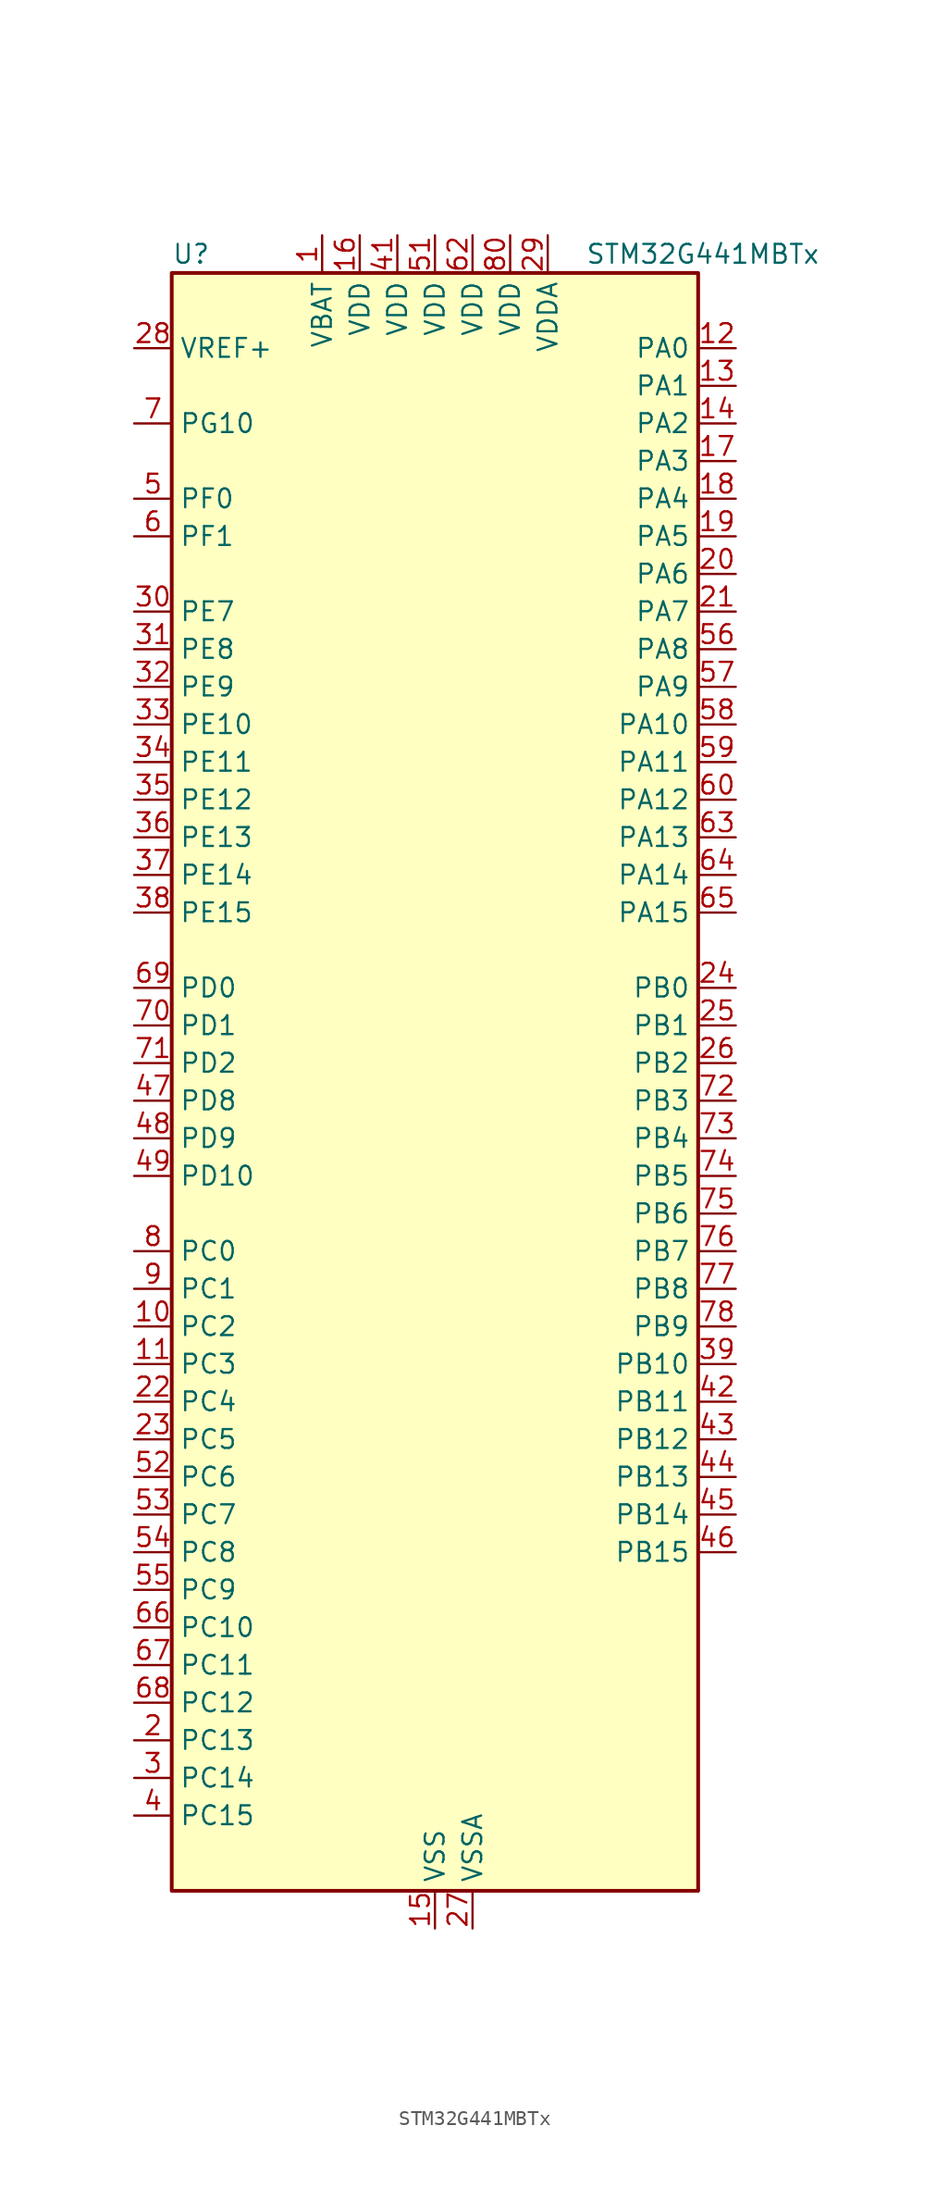
<source format=kicad_sym>
(kicad_symbol_lib
  (version 20241209)
  (generator "kicad_symbol_editor")
  (generator_version "9.0")
  (symbol "STM32G441MBTx"
    (property "Reference" "U"
      (at -17.78 57.15 0)
      (effects (font (size 1.27 1.27)) (justify left)))
    (property "Value" "STM32G441MBTx"
      (at 10.16 57.15 0)
      (effects (font (size 1.27 1.27)) (justify left)))
    (symbol "STM32G441MBTx_0_1"
      (rectangle (start -17.78 -53.34) (end 17.78 55.88) (stroke (width 0.254) (type default)) (fill (type background))))
    (symbol "STM32G441MBTx_1_1"
      (pin input line (at -20.32 50.8 0) (length 2.54) (name "VREF+" (effects (font (size 1.27 1.27)))) (number "28" (effects (font (size 1.27 1.27)))) (alternate "VREFBUF_OUT" bidirectional line))
      (pin bidirectional line (at -20.32 45.72 0) (length 2.54) (name "PG10" (effects (font (size 1.27 1.27)))) (number "7" (effects (font (size 1.27 1.27)))) (alternate "DAC1_EXTI10" bidirectional line) (alternate "DAC3_EXTI10" bidirectional line) (alternate "RCC_MCO" bidirectional line))
      (pin bidirectional line (at -20.32 40.64 0) (length 2.54) (name "PF0" (effects (font (size 1.27 1.27)))) (number "5" (effects (font (size 1.27 1.27)))) (alternate "ADC1_IN10" bidirectional line) (alternate "I2C2_SDA" bidirectional line) (alternate "I2S2_WS" bidirectional line) (alternate "RCC_OSC_IN" bidirectional line) (alternate "SPI2_NSS" bidirectional line) (alternate "TIM1_CH3N" bidirectional line))
      (pin bidirectional line (at -20.32 38.1 0) (length 2.54) (name "PF1" (effects (font (size 1.27 1.27)))) (number "6" (effects (font (size 1.27 1.27)))) (alternate "ADC2_IN10" bidirectional line) (alternate "COMP3_INM" bidirectional line) (alternate "I2S2_CK" bidirectional line) (alternate "RCC_OSC_OUT" bidirectional line) (alternate "SPI2_SCK" bidirectional line))
      (pin bidirectional line (at -20.32 33.02 0) (length 2.54) (name "PE7" (effects (font (size 1.27 1.27)))) (number "30" (effects (font (size 1.27 1.27)))) (alternate "COMP4_INP" bidirectional line) (alternate "SAI1_SD_B" bidirectional line) (alternate "TIM1_ETR" bidirectional line))
      (pin bidirectional line (at -20.32 30.48 0) (length 2.54) (name "PE8" (effects (font (size 1.27 1.27)))) (number "31" (effects (font (size 1.27 1.27)))) (alternate "COMP4_INM" bidirectional line) (alternate "SAI1_SCK_B" bidirectional line) (alternate "TIM1_CH1N" bidirectional line))
      (pin bidirectional line (at -20.32 27.94 0) (length 2.54) (name "PE9" (effects (font (size 1.27 1.27)))) (number "32" (effects (font (size 1.27 1.27)))) (alternate "DAC1_EXTI9" bidirectional line) (alternate "DAC3_EXTI9" bidirectional line) (alternate "SAI1_FS_B" bidirectional line) (alternate "TIM1_CH1" bidirectional line))
      (pin bidirectional line (at -20.32 25.4 0) (length 2.54) (name "PE10" (effects (font (size 1.27 1.27)))) (number "33" (effects (font (size 1.27 1.27)))) (alternate "DAC1_EXTI10" bidirectional line) (alternate "DAC3_EXTI10" bidirectional line) (alternate "SAI1_MCLK_B" bidirectional line) (alternate "TIM1_CH2N" bidirectional line))
      (pin bidirectional line (at -20.32 22.86 0) (length 2.54) (name "PE11" (effects (font (size 1.27 1.27)))) (number "34" (effects (font (size 1.27 1.27)))) (alternate "ADC1_EXTI11" bidirectional line) (alternate "ADC2_EXTI11" bidirectional line) (alternate "TIM1_CH2" bidirectional line))
      (pin bidirectional line (at -20.32 20.32 0) (length 2.54) (name "PE12" (effects (font (size 1.27 1.27)))) (number "35" (effects (font (size 1.27 1.27)))) (alternate "TIM1_CH3N" bidirectional line))
      (pin bidirectional line (at -20.32 17.78 0) (length 2.54) (name "PE13" (effects (font (size 1.27 1.27)))) (number "36" (effects (font (size 1.27 1.27)))) (alternate "TIM1_CH3" bidirectional line))
      (pin bidirectional line (at -20.32 15.24 0) (length 2.54) (name "PE14" (effects (font (size 1.27 1.27)))) (number "37" (effects (font (size 1.27 1.27)))) (alternate "TIM1_BKIN2" bidirectional line) (alternate "TIM1_CH4" bidirectional line))
      (pin bidirectional line (at -20.32 12.7 0) (length 2.54) (name "PE15" (effects (font (size 1.27 1.27)))) (number "38" (effects (font (size 1.27 1.27)))) (alternate "ADC1_EXTI15" bidirectional line) (alternate "ADC2_EXTI15" bidirectional line) (alternate "TIM1_BKIN" bidirectional line) (alternate "TIM1_CH4N" bidirectional line) (alternate "USART3_RX" bidirectional line))
      (pin bidirectional line (at -20.32 7.62 0) (length 2.54) (name "PD0" (effects (font (size 1.27 1.27)))) (number "69" (effects (font (size 1.27 1.27)))) (alternate "FDCAN1_RX" bidirectional line) (alternate "TIM8_CH4N" bidirectional line))
      (pin bidirectional line (at -20.32 5.08 0) (length 2.54) (name "PD1" (effects (font (size 1.27 1.27)))) (number "70" (effects (font (size 1.27 1.27)))) (alternate "FDCAN1_TX" bidirectional line) (alternate "TIM8_BKIN2" bidirectional line) (alternate "TIM8_CH4" bidirectional line))
      (pin bidirectional line (at -20.32 2.54 0) (length 2.54) (name "PD2" (effects (font (size 1.27 1.27)))) (number "71" (effects (font (size 1.27 1.27)))) (alternate "TIM3_ETR" bidirectional line) (alternate "TIM8_BKIN" bidirectional line))
      (pin bidirectional line (at -20.32 0 0) (length 2.54) (name "PD8" (effects (font (size 1.27 1.27)))) (number "47" (effects (font (size 1.27 1.27)))) (alternate "USART3_TX" bidirectional line))
      (pin bidirectional line (at -20.32 -2.54 0) (length 2.54) (name "PD9" (effects (font (size 1.27 1.27)))) (number "48" (effects (font (size 1.27 1.27)))) (alternate "DAC1_EXTI9" bidirectional line) (alternate "DAC3_EXTI9" bidirectional line) (alternate "USART3_RX" bidirectional line))
      (pin bidirectional line (at -20.32 -5.08 0) (length 2.54) (name "PD10" (effects (font (size 1.27 1.27)))) (number "49" (effects (font (size 1.27 1.27)))) (alternate "DAC1_EXTI10" bidirectional line) (alternate "DAC3_EXTI10" bidirectional line) (alternate "USART3_CK" bidirectional line))
      (pin bidirectional line (at -20.32 -10.16 0) (length 2.54) (name "PC0" (effects (font (size 1.27 1.27)))) (number "8" (effects (font (size 1.27 1.27)))) (alternate "ADC1_IN6" bidirectional line) (alternate "ADC2_IN6" bidirectional line) (alternate "COMP3_INM" bidirectional line) (alternate "LPTIM1_IN1" bidirectional line) (alternate "LPUART1_RX" bidirectional line) (alternate "TIM1_CH1" bidirectional line))
      (pin bidirectional line (at -20.32 -12.7 0) (length 2.54) (name "PC1" (effects (font (size 1.27 1.27)))) (number "9" (effects (font (size 1.27 1.27)))) (alternate "ADC1_IN7" bidirectional line) (alternate "ADC2_IN7" bidirectional line) (alternate "COMP3_INP" bidirectional line) (alternate "LPTIM1_OUT" bidirectional line) (alternate "LPUART1_TX" bidirectional line) (alternate "SAI1_SD_A" bidirectional line) (alternate "TIM1_CH2" bidirectional line))
      (pin bidirectional line (at -20.32 -15.24 0) (length 2.54) (name "PC2" (effects (font (size 1.27 1.27)))) (number "10" (effects (font (size 1.27 1.27)))) (alternate "ADC1_IN8" bidirectional line) (alternate "ADC2_IN8" bidirectional line) (alternate "COMP3_OUT" bidirectional line) (alternate "LPTIM1_IN2" bidirectional line) (alternate "TIM1_CH3" bidirectional line))
      (pin bidirectional line (at -20.32 -17.78 0) (length 2.54) (name "PC3" (effects (font (size 1.27 1.27)))) (number "11" (effects (font (size 1.27 1.27)))) (alternate "ADC1_IN9" bidirectional line) (alternate "ADC2_IN9" bidirectional line) (alternate "LPTIM1_ETR" bidirectional line) (alternate "SAI1_D1" bidirectional line) (alternate "SAI1_SD_A" bidirectional line) (alternate "TIM1_BKIN2" bidirectional line) (alternate "TIM1_CH4" bidirectional line))
      (pin bidirectional line (at -20.32 -20.32 0) (length 2.54) (name "PC4" (effects (font (size 1.27 1.27)))) (number "22" (effects (font (size 1.27 1.27)))) (alternate "ADC2_IN5" bidirectional line) (alternate "I2C2_SCL" bidirectional line) (alternate "TIM1_ETR" bidirectional line) (alternate "USART1_TX" bidirectional line))
      (pin bidirectional line (at -20.32 -22.86 0) (length 2.54) (name "PC5" (effects (font (size 1.27 1.27)))) (number "23" (effects (font (size 1.27 1.27)))) (alternate "ADC2_IN11" bidirectional line) (alternate "OPAMP1_VINM" bidirectional line) (alternate "OPAMP1_VINM1" bidirectional line) (alternate "OPAMP1_VINM_SEC" bidirectional line) (alternate "OPAMP2_VINM" bidirectional line) (alternate "OPAMP2_VINM1" bidirectional line) (alternate "OPAMP2_VINM_SEC" bidirectional line) (alternate "SAI1_D3" bidirectional line) (alternate "SYS_WKUP5" bidirectional line) (alternate "TIM15_BKIN" bidirectional line) (alternate "TIM1_CH4N" bidirectional line) (alternate "USART1_RX" bidirectional line))
      (pin bidirectional line (at -20.32 -25.4 0) (length 2.54) (name "PC6" (effects (font (size 1.27 1.27)))) (number "52" (effects (font (size 1.27 1.27)))) (alternate "I2S2_MCK" bidirectional line) (alternate "TIM3_CH1" bidirectional line) (alternate "TIM8_CH1" bidirectional line))
      (pin bidirectional line (at -20.32 -27.94 0) (length 2.54) (name "PC7" (effects (font (size 1.27 1.27)))) (number "53" (effects (font (size 1.27 1.27)))) (alternate "I2S3_MCK" bidirectional line) (alternate "TIM3_CH2" bidirectional line) (alternate "TIM8_CH2" bidirectional line))
      (pin bidirectional line (at -20.32 -30.48 0) (length 2.54) (name "PC8" (effects (font (size 1.27 1.27)))) (number "54" (effects (font (size 1.27 1.27)))) (alternate "I2C3_SCL" bidirectional line) (alternate "TIM3_CH3" bidirectional line) (alternate "TIM8_CH3" bidirectional line))
      (pin bidirectional line (at -20.32 -33.02 0) (length 2.54) (name "PC9" (effects (font (size 1.27 1.27)))) (number "55" (effects (font (size 1.27 1.27)))) (alternate "DAC1_EXTI9" bidirectional line) (alternate "DAC3_EXTI9" bidirectional line) (alternate "I2C3_SDA" bidirectional line) (alternate "I2S_CKIN" bidirectional line) (alternate "TIM3_CH4" bidirectional line) (alternate "TIM8_BKIN2" bidirectional line) (alternate "TIM8_CH4" bidirectional line))
      (pin bidirectional line (at -20.32 -35.56 0) (length 2.54) (name "PC10" (effects (font (size 1.27 1.27)))) (number "66" (effects (font (size 1.27 1.27)))) (alternate "DAC1_EXTI10" bidirectional line) (alternate "DAC3_EXTI10" bidirectional line) (alternate "I2S3_CK" bidirectional line) (alternate "SPI3_SCK" bidirectional line) (alternate "TIM8_CH1N" bidirectional line) (alternate "UART4_TX" bidirectional line) (alternate "USART3_TX" bidirectional line))
      (pin bidirectional line (at -20.32 -38.1 0) (length 2.54) (name "PC11" (effects (font (size 1.27 1.27)))) (number "67" (effects (font (size 1.27 1.27)))) (alternate "ADC1_EXTI11" bidirectional line) (alternate "ADC2_EXTI11" bidirectional line) (alternate "I2C3_SDA" bidirectional line) (alternate "SPI3_MISO" bidirectional line) (alternate "TIM8_CH2N" bidirectional line) (alternate "UART4_RX" bidirectional line) (alternate "USART3_RX" bidirectional line))
      (pin bidirectional line (at -20.32 -40.64 0) (length 2.54) (name "PC12" (effects (font (size 1.27 1.27)))) (number "68" (effects (font (size 1.27 1.27)))) (alternate "I2S3_SD" bidirectional line) (alternate "SPI3_MOSI" bidirectional line) (alternate "TIM8_CH3N" bidirectional line) (alternate "UCPD1_FRSTX1" bidirectional line) (alternate "UCPD1_FRSTX2" bidirectional line) (alternate "USART3_CK" bidirectional line))
      (pin bidirectional line (at -20.32 -43.18 0) (length 2.54) (name "PC13" (effects (font (size 1.27 1.27)))) (number "2" (effects (font (size 1.27 1.27)))) (alternate "RTC_OUT1" bidirectional line) (alternate "RTC_TAMP1" bidirectional line) (alternate "RTC_TS" bidirectional line) (alternate "SYS_WKUP2" bidirectional line) (alternate "TIM1_BKIN" bidirectional line) (alternate "TIM1_CH1N" bidirectional line) (alternate "TIM8_CH4N" bidirectional line))
      (pin bidirectional line (at -20.32 -45.72 0) (length 2.54) (name "PC14" (effects (font (size 1.27 1.27)))) (number "3" (effects (font (size 1.27 1.27)))) (alternate "RCC_OSC32_IN" bidirectional line))
      (pin bidirectional line (at -20.32 -48.26 0) (length 2.54) (name "PC15" (effects (font (size 1.27 1.27)))) (number "4" (effects (font (size 1.27 1.27)))) (alternate "ADC1_EXTI15" bidirectional line) (alternate "ADC2_EXTI15" bidirectional line) (alternate "RCC_OSC32_OUT" bidirectional line))
      (pin power_in line (at -7.62 58.42 270) (length 2.54) (name "VBAT" (effects (font (size 1.27 1.27)))) (number "1" (effects (font (size 1.27 1.27)))))
      (pin power_in line (at -5.08 58.42 270) (length 2.54) (name "VDD" (effects (font (size 1.27 1.27)))) (number "16" (effects (font (size 1.27 1.27)))))
      (pin power_in line (at -2.54 58.42 270) (length 2.54) (name "VDD" (effects (font (size 1.27 1.27)))) (number "41" (effects (font (size 1.27 1.27)))))
      (pin power_in line (at 0 58.42 270) (length 2.54) (name "VDD" (effects (font (size 1.27 1.27)))) (number "51" (effects (font (size 1.27 1.27)))))
      (pin power_in line (at 0 -55.88 90) (length 2.54) (name "VSS" (effects (font (size 1.27 1.27)))) (number "15" (effects (font (size 1.27 1.27)))))
      (pin passive line (at 0 -55.88 90) (length 2.54) (hide yes) (name "VSS" (effects (font (size 1.27 1.27)))) (number "40" (effects (font (size 1.27 1.27)))))
      (pin passive line (at 0 -55.88 90) (length 2.54) (hide yes) (name "VSS" (effects (font (size 1.27 1.27)))) (number "50" (effects (font (size 1.27 1.27)))))
      (pin passive line (at 0 -55.88 90) (length 2.54) (hide yes) (name "VSS" (effects (font (size 1.27 1.27)))) (number "61" (effects (font (size 1.27 1.27)))))
      (pin passive line (at 0 -55.88 90) (length 2.54) (hide yes) (name "VSS" (effects (font (size 1.27 1.27)))) (number "79" (effects (font (size 1.27 1.27)))))
      (pin power_in line (at 2.54 58.42 270) (length 2.54) (name "VDD" (effects (font (size 1.27 1.27)))) (number "62" (effects (font (size 1.27 1.27)))))
      (pin power_in line (at 2.54 -55.88 90) (length 2.54) (name "VSSA" (effects (font (size 1.27 1.27)))) (number "27" (effects (font (size 1.27 1.27)))))
      (pin power_in line (at 5.08 58.42 270) (length 2.54) (name "VDD" (effects (font (size 1.27 1.27)))) (number "80" (effects (font (size 1.27 1.27)))))
      (pin power_in line (at 7.62 58.42 270) (length 2.54) (name "VDDA" (effects (font (size 1.27 1.27)))) (number "29" (effects (font (size 1.27 1.27)))))
      (pin bidirectional line (at 20.32 50.8 180) (length 2.54) (name "PA0" (effects (font (size 1.27 1.27)))) (number "12" (effects (font (size 1.27 1.27)))) (alternate "ADC1_IN1" bidirectional line) (alternate "ADC2_IN1" bidirectional line) (alternate "COMP1_INM" bidirectional line) (alternate "COMP1_OUT" bidirectional line) (alternate "COMP3_INP" bidirectional line) (alternate "RTC_TAMP2" bidirectional line) (alternate "SYS_WKUP1" bidirectional line) (alternate "TIM2_CH1" bidirectional line) (alternate "TIM2_ETR" bidirectional line) (alternate "TIM8_BKIN" bidirectional line) (alternate "TIM8_ETR" bidirectional line) (alternate "USART2_CTS" bidirectional line) (alternate "USART2_NSS" bidirectional line))
      (pin bidirectional line (at 20.32 48.26 180) (length 2.54) (name "PA1" (effects (font (size 1.27 1.27)))) (number "13" (effects (font (size 1.27 1.27)))) (alternate "ADC1_IN2" bidirectional line) (alternate "ADC2_IN2" bidirectional line) (alternate "COMP1_INP" bidirectional line) (alternate "OPAMP1_VINP" bidirectional line) (alternate "OPAMP1_VINP_SEC" bidirectional line) (alternate "OPAMP3_VINP" bidirectional line) (alternate "OPAMP3_VINP_SEC" bidirectional line) (alternate "RTC_REFIN" bidirectional line) (alternate "TIM15_CH1N" bidirectional line) (alternate "TIM2_CH2" bidirectional line) (alternate "USART2_DE" bidirectional line) (alternate "USART2_RTS" bidirectional line))
      (pin bidirectional line (at 20.32 45.72 180) (length 2.54) (name "PA2" (effects (font (size 1.27 1.27)))) (number "14" (effects (font (size 1.27 1.27)))) (alternate "ADC1_IN3" bidirectional line) (alternate "COMP2_INM" bidirectional line) (alternate "COMP2_OUT" bidirectional line) (alternate "LPUART1_TX" bidirectional line) (alternate "OPAMP1_VOUT" bidirectional line) (alternate "RCC_LSCO" bidirectional line) (alternate "SYS_WKUP4" bidirectional line) (alternate "TIM15_CH1" bidirectional line) (alternate "TIM2_CH3" bidirectional line) (alternate "UCPD1_FRSTX1" bidirectional line) (alternate "UCPD1_FRSTX2" bidirectional line) (alternate "USART2_TX" bidirectional line))
      (pin bidirectional line (at 20.32 43.18 180) (length 2.54) (name "PA3" (effects (font (size 1.27 1.27)))) (number "17" (effects (font (size 1.27 1.27)))) (alternate "ADC1_IN4" bidirectional line) (alternate "COMP2_INP" bidirectional line) (alternate "LPUART1_RX" bidirectional line) (alternate "OPAMP1_VINM" bidirectional line) (alternate "OPAMP1_VINM0" bidirectional line) (alternate "OPAMP1_VINM_SEC" bidirectional line) (alternate "OPAMP1_VINP" bidirectional line) (alternate "OPAMP1_VINP_SEC" bidirectional line) (alternate "SAI1_CK1" bidirectional line) (alternate "SAI1_MCLK_A" bidirectional line) (alternate "TIM15_CH2" bidirectional line) (alternate "TIM2_CH4" bidirectional line) (alternate "USART2_RX" bidirectional line))
      (pin bidirectional line (at 20.32 40.64 180) (length 2.54) (name "PA4" (effects (font (size 1.27 1.27)))) (number "18" (effects (font (size 1.27 1.27)))) (alternate "ADC2_IN17" bidirectional line) (alternate "COMP1_INM" bidirectional line) (alternate "DAC1_OUT1" bidirectional line) (alternate "I2S3_WS" bidirectional line) (alternate "SAI1_FS_B" bidirectional line) (alternate "SPI1_NSS" bidirectional line) (alternate "SPI3_NSS" bidirectional line) (alternate "TIM3_CH2" bidirectional line) (alternate "USART2_CK" bidirectional line))
      (pin bidirectional line (at 20.32 38.1 180) (length 2.54) (name "PA5" (effects (font (size 1.27 1.27)))) (number "19" (effects (font (size 1.27 1.27)))) (alternate "ADC2_IN13" bidirectional line) (alternate "COMP2_INM" bidirectional line) (alternate "DAC1_OUT2" bidirectional line) (alternate "OPAMP2_VINM" bidirectional line) (alternate "OPAMP2_VINM0" bidirectional line) (alternate "OPAMP2_VINM_SEC" bidirectional line) (alternate "SPI1_SCK" bidirectional line) (alternate "TIM2_CH1" bidirectional line) (alternate "TIM2_ETR" bidirectional line) (alternate "UCPD1_FRSTX1" bidirectional line) (alternate "UCPD1_FRSTX2" bidirectional line))
      (pin bidirectional line (at 20.32 35.56 180) (length 2.54) (name "PA6" (effects (font (size 1.27 1.27)))) (number "20" (effects (font (size 1.27 1.27)))) (alternate "ADC2_IN3" bidirectional line) (alternate "COMP1_OUT" bidirectional line) (alternate "LPUART1_CTS" bidirectional line) (alternate "OPAMP2_VOUT" bidirectional line) (alternate "SPI1_MISO" bidirectional line) (alternate "TIM16_CH1" bidirectional line) (alternate "TIM1_BKIN" bidirectional line) (alternate "TIM3_CH1" bidirectional line) (alternate "TIM8_BKIN" bidirectional line))
      (pin bidirectional line (at 20.32 33.02 180) (length 2.54) (name "PA7" (effects (font (size 1.27 1.27)))) (number "21" (effects (font (size 1.27 1.27)))) (alternate "ADC2_IN4" bidirectional line) (alternate "COMP2_INP" bidirectional line) (alternate "COMP2_OUT" bidirectional line) (alternate "OPAMP1_VINP" bidirectional line) (alternate "OPAMP1_VINP_SEC" bidirectional line) (alternate "OPAMP2_VINP" bidirectional line) (alternate "OPAMP2_VINP_SEC" bidirectional line) (alternate "SPI1_MOSI" bidirectional line) (alternate "TIM17_CH1" bidirectional line) (alternate "TIM1_CH1N" bidirectional line) (alternate "TIM3_CH2" bidirectional line) (alternate "TIM8_CH1N" bidirectional line) (alternate "UCPD1_FRSTX1" bidirectional line) (alternate "UCPD1_FRSTX2" bidirectional line))
      (pin bidirectional line (at 20.32 30.48 180) (length 2.54) (name "PA8" (effects (font (size 1.27 1.27)))) (number "56" (effects (font (size 1.27 1.27)))) (alternate "I2C2_SDA" bidirectional line) (alternate "I2C3_SCL" bidirectional line) (alternate "I2S2_MCK" bidirectional line) (alternate "RCC_MCO" bidirectional line) (alternate "SAI1_CK2" bidirectional line) (alternate "SAI1_SCK_A" bidirectional line) (alternate "TIM1_CH1" bidirectional line) (alternate "TIM4_ETR" bidirectional line) (alternate "USART1_CK" bidirectional line))
      (pin bidirectional line (at 20.32 27.94 180) (length 2.54) (name "PA9" (effects (font (size 1.27 1.27)))) (number "57" (effects (font (size 1.27 1.27)))) (alternate "DAC1_EXTI9" bidirectional line) (alternate "DAC3_EXTI9" bidirectional line) (alternate "I2C2_SCL" bidirectional line) (alternate "I2C3_SMBA" bidirectional line) (alternate "I2S3_MCK" bidirectional line) (alternate "SAI1_FS_A" bidirectional line) (alternate "TIM15_BKIN" bidirectional line) (alternate "TIM1_CH2" bidirectional line) (alternate "TIM2_CH3" bidirectional line) (alternate "UCPD1_DBCC1" bidirectional line) (alternate "USART1_TX" bidirectional line))
      (pin bidirectional line (at 20.32 25.4 180) (length 2.54) (name "PA10" (effects (font (size 1.27 1.27)))) (number "58" (effects (font (size 1.27 1.27)))) (alternate "CRS_SYNC" bidirectional line) (alternate "DAC1_EXTI10" bidirectional line) (alternate "DAC3_EXTI10" bidirectional line) (alternate "I2C2_SMBA" bidirectional line) (alternate "SAI1_D1" bidirectional line) (alternate "SAI1_SD_A" bidirectional line) (alternate "SPI2_MISO" bidirectional line) (alternate "TIM17_BKIN" bidirectional line) (alternate "TIM1_CH3" bidirectional line) (alternate "TIM2_CH4" bidirectional line) (alternate "TIM8_BKIN" bidirectional line) (alternate "UCPD1_DBCC2" bidirectional line) (alternate "USART1_RX" bidirectional line))
      (pin bidirectional line (at 20.32 22.86 180) (length 2.54) (name "PA11" (effects (font (size 1.27 1.27)))) (number "59" (effects (font (size 1.27 1.27)))) (alternate "ADC1_EXTI11" bidirectional line) (alternate "ADC2_EXTI11" bidirectional line) (alternate "COMP1_OUT" bidirectional line) (alternate "FDCAN1_RX" bidirectional line) (alternate "I2S2_SD" bidirectional line) (alternate "SPI2_MOSI" bidirectional line) (alternate "TIM1_BKIN2" bidirectional line) (alternate "TIM1_CH1N" bidirectional line) (alternate "TIM1_CH4" bidirectional line) (alternate "TIM4_CH1" bidirectional line) (alternate "USART1_CTS" bidirectional line) (alternate "USART1_NSS" bidirectional line) (alternate "USB_DM" bidirectional line))
      (pin bidirectional line (at 20.32 20.32 180) (length 2.54) (name "PA12" (effects (font (size 1.27 1.27)))) (number "60" (effects (font (size 1.27 1.27)))) (alternate "COMP2_OUT" bidirectional line) (alternate "FDCAN1_TX" bidirectional line) (alternate "I2S_CKIN" bidirectional line) (alternate "TIM16_CH1" bidirectional line) (alternate "TIM1_CH2N" bidirectional line) (alternate "TIM1_ETR" bidirectional line) (alternate "TIM4_CH2" bidirectional line) (alternate "USART1_DE" bidirectional line) (alternate "USART1_RTS" bidirectional line) (alternate "USB_DP" bidirectional line))
      (pin bidirectional line (at 20.32 17.78 180) (length 2.54) (name "PA13" (effects (font (size 1.27 1.27)))) (number "63" (effects (font (size 1.27 1.27)))) (alternate "I2C1_SCL" bidirectional line) (alternate "IR_OUT" bidirectional line) (alternate "SAI1_SD_B" bidirectional line) (alternate "SYS_JTMS-SWDIO" bidirectional line) (alternate "TIM16_CH1N" bidirectional line) (alternate "TIM4_CH3" bidirectional line) (alternate "USART3_CTS" bidirectional line) (alternate "USART3_NSS" bidirectional line))
      (pin bidirectional line (at 20.32 15.24 180) (length 2.54) (name "PA14" (effects (font (size 1.27 1.27)))) (number "64" (effects (font (size 1.27 1.27)))) (alternate "I2C1_SDA" bidirectional line) (alternate "LPTIM1_OUT" bidirectional line) (alternate "SAI1_FS_B" bidirectional line) (alternate "SYS_JTCK-SWCLK" bidirectional line) (alternate "TIM1_BKIN" bidirectional line) (alternate "TIM8_CH2" bidirectional line) (alternate "USART2_TX" bidirectional line))
      (pin bidirectional line (at 20.32 12.7 180) (length 2.54) (name "PA15" (effects (font (size 1.27 1.27)))) (number "65" (effects (font (size 1.27 1.27)))) (alternate "ADC1_EXTI15" bidirectional line) (alternate "ADC2_EXTI15" bidirectional line) (alternate "I2C1_SCL" bidirectional line) (alternate "I2S3_WS" bidirectional line) (alternate "SPI1_NSS" bidirectional line) (alternate "SPI3_NSS" bidirectional line) (alternate "SYS_JTDI" bidirectional line) (alternate "TIM1_BKIN" bidirectional line) (alternate "TIM2_CH1" bidirectional line) (alternate "TIM2_ETR" bidirectional line) (alternate "TIM8_CH1" bidirectional line) (alternate "UART4_DE" bidirectional line) (alternate "UART4_RTS" bidirectional line) (alternate "USART2_RX" bidirectional line))
      (pin bidirectional line (at 20.32 7.62 180) (length 2.54) (name "PB0" (effects (font (size 1.27 1.27)))) (number "24" (effects (font (size 1.27 1.27)))) (alternate "ADC1_IN15" bidirectional line) (alternate "COMP4_INP" bidirectional line) (alternate "OPAMP2_VINP" bidirectional line) (alternate "OPAMP2_VINP_SEC" bidirectional line) (alternate "OPAMP3_VINP" bidirectional line) (alternate "OPAMP3_VINP_SEC" bidirectional line) (alternate "TIM1_CH2N" bidirectional line) (alternate "TIM3_CH3" bidirectional line) (alternate "TIM8_CH2N" bidirectional line) (alternate "UCPD1_FRSTX1" bidirectional line) (alternate "UCPD1_FRSTX2" bidirectional line))
      (pin bidirectional line (at 20.32 5.08 180) (length 2.54) (name "PB1" (effects (font (size 1.27 1.27)))) (number "25" (effects (font (size 1.27 1.27)))) (alternate "ADC1_IN12" bidirectional line) (alternate "COMP1_INP" bidirectional line) (alternate "COMP4_OUT" bidirectional line) (alternate "LPUART1_DE" bidirectional line) (alternate "LPUART1_RTS" bidirectional line) (alternate "OPAMP3_VOUT" bidirectional line) (alternate "TIM1_CH3N" bidirectional line) (alternate "TIM3_CH4" bidirectional line) (alternate "TIM8_CH3N" bidirectional line))
      (pin bidirectional line (at 20.32 2.54 180) (length 2.54) (name "PB2" (effects (font (size 1.27 1.27)))) (number "26" (effects (font (size 1.27 1.27)))) (alternate "ADC2_IN12" bidirectional line) (alternate "COMP4_INM" bidirectional line) (alternate "I2C3_SMBA" bidirectional line) (alternate "LPTIM1_OUT" bidirectional line) (alternate "OPAMP3_VINM" bidirectional line) (alternate "OPAMP3_VINM0" bidirectional line) (alternate "OPAMP3_VINM_SEC" bidirectional line) (alternate "RTC_OUT2" bidirectional line))
      (pin bidirectional line (at 20.32 0 180) (length 2.54) (name "PB3" (effects (font (size 1.27 1.27)))) (number "72" (effects (font (size 1.27 1.27)))) (alternate "CRS_SYNC" bidirectional line) (alternate "I2S3_CK" bidirectional line) (alternate "SAI1_SCK_B" bidirectional line) (alternate "SPI1_SCK" bidirectional line) (alternate "SPI3_SCK" bidirectional line) (alternate "SYS_JTDO-SWO" bidirectional line) (alternate "TIM2_CH2" bidirectional line) (alternate "TIM3_ETR" bidirectional line) (alternate "TIM4_ETR" bidirectional line) (alternate "TIM8_CH1N" bidirectional line) (alternate "USART2_TX" bidirectional line))
      (pin bidirectional line (at 20.32 -2.54 180) (length 2.54) (name "PB4" (effects (font (size 1.27 1.27)))) (number "73" (effects (font (size 1.27 1.27)))) (alternate "SAI1_MCLK_B" bidirectional line) (alternate "SPI1_MISO" bidirectional line) (alternate "SPI3_MISO" bidirectional line) (alternate "SYS_JTRST" bidirectional line) (alternate "TIM16_CH1" bidirectional line) (alternate "TIM17_BKIN" bidirectional line) (alternate "TIM3_CH1" bidirectional line) (alternate "TIM8_CH2N" bidirectional line) (alternate "UCPD1_CC2" bidirectional line) (alternate "USART2_RX" bidirectional line))
      (pin bidirectional line (at 20.32 -5.08 180) (length 2.54) (name "PB5" (effects (font (size 1.27 1.27)))) (number "74" (effects (font (size 1.27 1.27)))) (alternate "I2C1_SMBA" bidirectional line) (alternate "I2C3_SDA" bidirectional line) (alternate "I2S3_SD" bidirectional line) (alternate "LPTIM1_IN1" bidirectional line) (alternate "SAI1_SD_B" bidirectional line) (alternate "SPI1_MOSI" bidirectional line) (alternate "SPI3_MOSI" bidirectional line) (alternate "TIM16_BKIN" bidirectional line) (alternate "TIM17_CH1" bidirectional line) (alternate "TIM3_CH2" bidirectional line) (alternate "TIM8_CH3N" bidirectional line) (alternate "USART2_CK" bidirectional line))
      (pin bidirectional line (at 20.32 -7.62 180) (length 2.54) (name "PB6" (effects (font (size 1.27 1.27)))) (number "75" (effects (font (size 1.27 1.27)))) (alternate "COMP4_OUT" bidirectional line) (alternate "LPTIM1_ETR" bidirectional line) (alternate "SAI1_FS_B" bidirectional line) (alternate "TIM16_CH1N" bidirectional line) (alternate "TIM4_CH1" bidirectional line) (alternate "TIM8_BKIN2" bidirectional line) (alternate "TIM8_CH1" bidirectional line) (alternate "TIM8_ETR" bidirectional line) (alternate "UCPD1_CC1" bidirectional line) (alternate "USART1_TX" bidirectional line))
      (pin bidirectional line (at 20.32 -10.16 180) (length 2.54) (name "PB7" (effects (font (size 1.27 1.27)))) (number "76" (effects (font (size 1.27 1.27)))) (alternate "COMP3_OUT" bidirectional line) (alternate "I2C1_SDA" bidirectional line) (alternate "LPTIM1_IN2" bidirectional line) (alternate "SYS_PVD_IN" bidirectional line) (alternate "TIM17_CH1N" bidirectional line) (alternate "TIM3_CH4" bidirectional line) (alternate "TIM4_CH2" bidirectional line) (alternate "TIM8_BKIN" bidirectional line) (alternate "UART4_CTS" bidirectional line) (alternate "USART1_RX" bidirectional line))
      (pin bidirectional line (at 20.32 -12.7 180) (length 2.54) (name "PB8" (effects (font (size 1.27 1.27)))) (number "77" (effects (font (size 1.27 1.27)))) (alternate "COMP1_OUT" bidirectional line) (alternate "FDCAN1_RX" bidirectional line) (alternate "I2C1_SCL" bidirectional line) (alternate "SAI1_CK1" bidirectional line) (alternate "SAI1_MCLK_A" bidirectional line) (alternate "TIM16_CH1" bidirectional line) (alternate "TIM1_BKIN" bidirectional line) (alternate "TIM4_CH3" bidirectional line) (alternate "TIM8_CH2" bidirectional line) (alternate "USART3_RX" bidirectional line))
      (pin bidirectional line (at 20.32 -15.24 180) (length 2.54) (name "PB9" (effects (font (size 1.27 1.27)))) (number "78" (effects (font (size 1.27 1.27)))) (alternate "COMP2_OUT" bidirectional line) (alternate "DAC1_EXTI9" bidirectional line) (alternate "DAC3_EXTI9" bidirectional line) (alternate "FDCAN1_TX" bidirectional line) (alternate "I2C1_SDA" bidirectional line) (alternate "IR_OUT" bidirectional line) (alternate "SAI1_D2" bidirectional line) (alternate "SAI1_FS_A" bidirectional line) (alternate "TIM17_CH1" bidirectional line) (alternate "TIM1_CH3N" bidirectional line) (alternate "TIM4_CH4" bidirectional line) (alternate "TIM8_CH3" bidirectional line) (alternate "USART3_TX" bidirectional line))
      (pin bidirectional line (at 20.32 -17.78 180) (length 2.54) (name "PB10" (effects (font (size 1.27 1.27)))) (number "39" (effects (font (size 1.27 1.27)))) (alternate "DAC1_EXTI10" bidirectional line) (alternate "DAC3_EXTI10" bidirectional line) (alternate "LPUART1_RX" bidirectional line) (alternate "OPAMP3_VINM" bidirectional line) (alternate "OPAMP3_VINM1" bidirectional line) (alternate "OPAMP3_VINM_SEC" bidirectional line) (alternate "SAI1_SCK_A" bidirectional line) (alternate "TIM1_BKIN" bidirectional line) (alternate "TIM2_CH3" bidirectional line) (alternate "USART3_TX" bidirectional line))
      (pin bidirectional line (at 20.32 -20.32 180) (length 2.54) (name "PB11" (effects (font (size 1.27 1.27)))) (number "42" (effects (font (size 1.27 1.27)))) (alternate "ADC1_EXTI11" bidirectional line) (alternate "ADC1_IN14" bidirectional line) (alternate "ADC2_EXTI11" bidirectional line) (alternate "ADC2_IN14" bidirectional line) (alternate "LPUART1_TX" bidirectional line) (alternate "TIM2_CH4" bidirectional line) (alternate "USART3_RX" bidirectional line))
      (pin bidirectional line (at 20.32 -22.86 180) (length 2.54) (name "PB12" (effects (font (size 1.27 1.27)))) (number "43" (effects (font (size 1.27 1.27)))) (alternate "ADC1_IN11" bidirectional line) (alternate "I2C2_SMBA" bidirectional line) (alternate "I2S2_WS" bidirectional line) (alternate "LPUART1_DE" bidirectional line) (alternate "LPUART1_RTS" bidirectional line) (alternate "SPI2_NSS" bidirectional line) (alternate "TIM1_BKIN" bidirectional line) (alternate "USART3_CK" bidirectional line))
      (pin bidirectional line (at 20.32 -25.4 180) (length 2.54) (name "PB13" (effects (font (size 1.27 1.27)))) (number "44" (effects (font (size 1.27 1.27)))) (alternate "I2S2_CK" bidirectional line) (alternate "LPUART1_CTS" bidirectional line) (alternate "OPAMP3_VINP" bidirectional line) (alternate "OPAMP3_VINP_SEC" bidirectional line) (alternate "SPI2_SCK" bidirectional line) (alternate "TIM1_CH1N" bidirectional line) (alternate "USART3_CTS" bidirectional line) (alternate "USART3_NSS" bidirectional line))
      (pin bidirectional line (at 20.32 -27.94 180) (length 2.54) (name "PB14" (effects (font (size 1.27 1.27)))) (number "45" (effects (font (size 1.27 1.27)))) (alternate "ADC1_IN5" bidirectional line) (alternate "COMP4_OUT" bidirectional line) (alternate "OPAMP2_VINP" bidirectional line) (alternate "OPAMP2_VINP_SEC" bidirectional line) (alternate "SPI2_MISO" bidirectional line) (alternate "TIM15_CH1" bidirectional line) (alternate "TIM1_CH2N" bidirectional line) (alternate "USART3_DE" bidirectional line) (alternate "USART3_RTS" bidirectional line))
      (pin bidirectional line (at 20.32 -30.48 180) (length 2.54) (name "PB15" (effects (font (size 1.27 1.27)))) (number "46" (effects (font (size 1.27 1.27)))) (alternate "ADC1_EXTI15" bidirectional line) (alternate "ADC2_EXTI15" bidirectional line) (alternate "ADC2_IN15" bidirectional line) (alternate "COMP3_OUT" bidirectional line) (alternate "I2S2_SD" bidirectional line) (alternate "RTC_REFIN" bidirectional line) (alternate "SPI2_MOSI" bidirectional line) (alternate "TIM15_CH1N" bidirectional line) (alternate "TIM15_CH2" bidirectional line) (alternate "TIM1_CH3N" bidirectional line)))))
</source>
